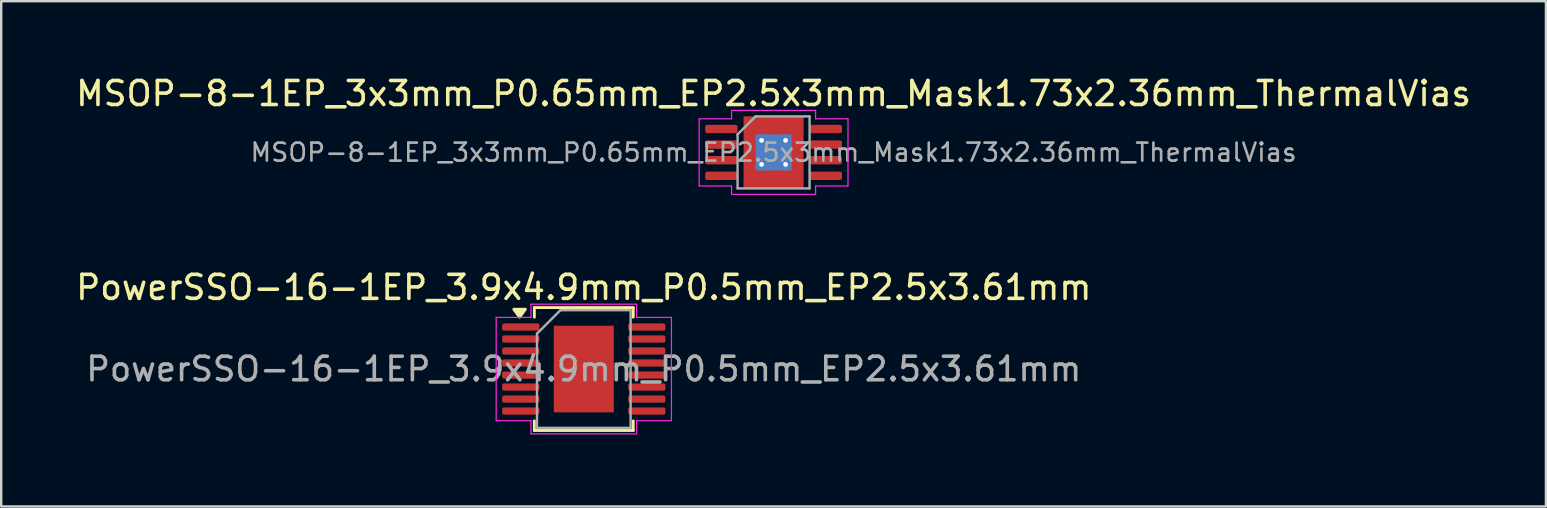
<source format=kicad_pcb>
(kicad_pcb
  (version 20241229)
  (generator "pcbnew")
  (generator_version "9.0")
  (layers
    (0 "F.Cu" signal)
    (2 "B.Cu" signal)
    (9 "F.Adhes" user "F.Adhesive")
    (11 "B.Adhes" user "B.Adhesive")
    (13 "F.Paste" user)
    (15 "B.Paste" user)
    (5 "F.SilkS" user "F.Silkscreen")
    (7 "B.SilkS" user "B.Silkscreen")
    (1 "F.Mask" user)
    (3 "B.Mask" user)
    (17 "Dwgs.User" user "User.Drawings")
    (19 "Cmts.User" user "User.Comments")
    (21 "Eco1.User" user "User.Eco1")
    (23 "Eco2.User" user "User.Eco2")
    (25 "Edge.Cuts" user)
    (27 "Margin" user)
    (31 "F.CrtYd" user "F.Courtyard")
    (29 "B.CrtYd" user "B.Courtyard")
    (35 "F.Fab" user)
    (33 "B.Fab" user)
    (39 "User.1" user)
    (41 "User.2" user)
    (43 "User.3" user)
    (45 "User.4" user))
  (footprint "MSOP-8-1EP_3x3mm_P0.65mm_EP2.5x3mm_Mask1.73x2.36mm_ThermalVias"
    (layer "F.Cu")
    (at 29.173 3.298)
    (property "Reference" "MSOP-8-1EP_3x3mm_P0.65mm_EP2.5x3mm_Mask1.73x2.36mm_ThermalVias" (at 0 -2.45 0) (layer "F.SilkS") (effects (font (size 1 1) (thickness 0.15))))
    (attr smd)
    (fp_line (start -3.1 -1.4) (end -1.75 -1.4) (stroke (width 0.05) (type solid)) (layer "F.CrtYd"))
    (fp_line (start -3.1 1.4) (end -3.1 -1.4) (stroke (width 0.05) (type solid)) (layer "F.CrtYd"))
    (fp_line (start -1.75 -1.75) (end 1.75 -1.75) (stroke (width 0.05) (type solid)) (layer "F.CrtYd"))
    (fp_line (start -1.75 -1.4) (end -1.75 -1.75) (stroke (width 0.05) (type solid)) (layer "F.CrtYd"))
    (fp_line (start -1.75 1.4) (end -3.1 1.4) (stroke (width 0.05) (type solid)) (layer "F.CrtYd"))
    (fp_line (start -1.75 1.75) (end -1.75 1.4) (stroke (width 0.05) (type solid)) (layer "F.CrtYd"))
    (fp_line (start 1.75 -1.75) (end 1.75 -1.4) (stroke (width 0.05) (type solid)) (layer "F.CrtYd"))
    (fp_line (start 1.75 -1.4) (end 3.1 -1.4) (stroke (width 0.05) (type solid)) (layer "F.CrtYd"))
    (fp_line (start 1.75 1.4) (end 1.75 1.75) (stroke (width 0.05) (type solid)) (layer "F.CrtYd"))
    (fp_line (start 1.75 1.75) (end -1.75 1.75) (stroke (width 0.05) (type solid)) (layer "F.CrtYd"))
    (fp_line (start 3.1 -1.4) (end 3.1 1.4) (stroke (width 0.05) (type solid)) (layer "F.CrtYd"))
    (fp_line (start 3.1 1.4) (end 1.75 1.4) (stroke (width 0.05) (type solid)) (layer "F.CrtYd"))
    (fp_line (start -1.5 -0.75) (end -0.75 -1.5) (stroke (width 0.1) (type solid)) (layer "F.Fab"))
    (fp_line (start -1.5 1.5) (end -1.5 -0.75) (stroke (width 0.1) (type solid)) (layer "F.Fab"))
    (fp_line (start -0.75 -1.5) (end 1.5 -1.5) (stroke (width 0.1) (type solid)) (layer "F.Fab"))
    (fp_line (start 1.5 -1.5) (end 1.5 1.5) (stroke (width 0.1) (type solid)) (layer "F.Fab"))
    (fp_line (start 1.5 1.5) (end -1.5 1.5) (stroke (width 0.1) (type solid)) (layer "F.Fab"))
    (fp_text user "${REFERENCE}" (at 0 0 0) (layer "F.Fab") (effects (font (size 0.75 0.75) (thickness 0.11))))
    (pad "" smd roundrect (at -0.43 -0.59) (size 0.72 0.99) (layers "F.Paste") (roundrect_rratio 0.25))
    (pad "" smd roundrect (at -0.43 0.59) (size 0.72 0.99) (layers "F.Paste") (roundrect_rratio 0.25))
    (pad "" smd rect (at 0 0) (size 1.73 2.36) (layers "F.Mask"))
    (pad "" smd roundrect (at 0.43 -0.59) (size 0.72 0.99) (layers "F.Paste") (roundrect_rratio 0.25))
    (pad "" smd roundrect (at 0.43 0.59) (size 0.72 0.99) (layers "F.Paste") (roundrect_rratio 0.25))
    (pad "1" smd roundrect (at -2.175 -0.975) (size 1.35 0.35) (layers "F.Cu" "F.Mask" "F.Paste") (roundrect_rratio 0.25))
    (pad "2" smd roundrect (at -2.175 -0.325) (size 1.35 0.35) (layers "F.Cu" "F.Mask" "F.Paste") (roundrect_rratio 0.25))
    (pad "3" smd roundrect (at -2.175 0.325) (size 1.35 0.35) (layers "F.Cu" "F.Mask" "F.Paste") (roundrect_rratio 0.25))
    (pad "4" smd roundrect (at -2.175 0.975) (size 1.35 0.35) (layers "F.Cu" "F.Mask" "F.Paste") (roundrect_rratio 0.25))
    (pad "5" smd roundrect (at 2.175 0.975) (size 1.35 0.35) (layers "F.Cu" "F.Mask" "F.Paste") (roundrect_rratio 0.25))
    (pad "6" smd roundrect (at 2.175 0.325) (size 1.35 0.35) (layers "F.Cu" "F.Mask" "F.Paste") (roundrect_rratio 0.25))
    (pad "7" smd roundrect (at 2.175 -0.325) (size 1.35 0.35) (layers "F.Cu" "F.Mask" "F.Paste") (roundrect_rratio 0.25))
    (pad "8" smd roundrect (at 2.175 -0.975) (size 1.35 0.35) (layers "F.Cu" "F.Mask" "F.Paste") (roundrect_rratio 0.25))
    (pad "9" thru_hole circle (at -0.5 -0.5) (size 0.5 0.5) (drill 0.2) (property pad_prop_heatsink) (layers "*.Cu"))
    (pad "9" thru_hole circle (at -0.5 0.5) (size 0.5 0.5) (drill 0.2) (property pad_prop_heatsink) (layers "*.Cu"))
    (pad "9" smd rect (at 0 0) (size 1.5 1.5) (property pad_prop_heatsink) (layers "B.Cu"))
    (pad "9" smd rect (at 0 0) (size 2.5 3) (property pad_prop_heatsink) (layers "F.Cu"))
    (pad "9" thru_hole circle (at 0.5 -0.5) (size 0.5 0.5) (drill 0.2) (property pad_prop_heatsink) (layers "*.Cu"))
    (pad "9" thru_hole circle (at 0.5 0.5) (size 0.5 0.5) (drill 0.2) (property pad_prop_heatsink) (layers "*.Cu")))
  (footprint "PowerSSO-16-1EP_3.9x4.9mm_P0.5mm_EP2.5x3.61mm"
    (layer "F.Cu")
    (at 21.268 12.322)
    (property "Reference" "PowerSSO-16-1EP_3.9x4.9mm_P0.5mm_EP2.5x3.61mm" (at 0 -3.4 0) (layer "F.SilkS") (effects (font (size 1 1) (thickness 0.15))))
    (attr smd)
    (fp_line (start -2.06 -2.56) (end -2.06 -2.16) (stroke (width 0.12) (type solid)) (layer "F.SilkS"))
    (fp_line (start -2.06 2.56) (end -2.06 2.16) (stroke (width 0.12) (type solid)) (layer "F.SilkS"))
    (fp_line (start 0 -2.56) (end -2.06 -2.56) (stroke (width 0.12) (type solid)) (layer "F.SilkS"))
    (fp_line (start 0 -2.56) (end 2.06 -2.56) (stroke (width 0.12) (type solid)) (layer "F.SilkS"))
    (fp_line (start 0 2.56) (end -2.06 2.56) (stroke (width 0.12) (type solid)) (layer "F.SilkS"))
    (fp_line (start 0 2.56) (end 2.06 2.56) (stroke (width 0.12) (type solid)) (layer "F.SilkS"))
    (fp_line (start 2.06 -2.56) (end 2.06 -2.16) (stroke (width 0.12) (type solid)) (layer "F.SilkS"))
    (fp_line (start 2.06 2.56) (end 2.06 2.16) (stroke (width 0.12) (type solid)) (layer "F.SilkS"))
    (fp_poly (pts (xy -2.675 -2.16) (xy -2.915 -2.49) (xy -2.435 -2.49)) (stroke (width 0.12) (type solid)) (fill yes) (layer "F.SilkS"))
    (fp_line (start -3.65 -2.15) (end -2.2 -2.15) (stroke (width 0.05) (type solid)) (layer "F.CrtYd"))
    (fp_line (start -3.65 2.15) (end -3.65 -2.15) (stroke (width 0.05) (type solid)) (layer "F.CrtYd"))
    (fp_line (start -2.2 -2.7) (end 2.2 -2.7) (stroke (width 0.05) (type solid)) (layer "F.CrtYd"))
    (fp_line (start -2.2 -2.15) (end -2.2 -2.7) (stroke (width 0.05) (type solid)) (layer "F.CrtYd"))
    (fp_line (start -2.2 2.15) (end -3.65 2.15) (stroke (width 0.05) (type solid)) (layer "F.CrtYd"))
    (fp_line (start -2.2 2.7) (end -2.2 2.15) (stroke (width 0.05) (type solid)) (layer "F.CrtYd"))
    (fp_line (start 2.2 -2.7) (end 2.2 -2.15) (stroke (width 0.05) (type solid)) (layer "F.CrtYd"))
    (fp_line (start 2.2 -2.15) (end 3.65 -2.15) (stroke (width 0.05) (type solid)) (layer "F.CrtYd"))
    (fp_line (start 2.2 2.15) (end 2.2 2.7) (stroke (width 0.05) (type solid)) (layer "F.CrtYd"))
    (fp_line (start 2.2 2.7) (end -2.2 2.7) (stroke (width 0.05) (type solid)) (layer "F.CrtYd"))
    (fp_line (start 3.65 -2.15) (end 3.65 2.15) (stroke (width 0.05) (type solid)) (layer "F.CrtYd"))
    (fp_line (start 3.65 2.15) (end 2.2 2.15) (stroke (width 0.05) (type solid)) (layer "F.CrtYd"))
    (fp_line (start -1.95 -1.475) (end -0.975 -2.45) (stroke (width 0.1) (type solid)) (layer "F.Fab"))
    (fp_line (start -1.95 2.45) (end -1.95 -1.475) (stroke (width 0.1) (type solid)) (layer "F.Fab"))
    (fp_line (start -0.975 -2.45) (end 1.95 -2.45) (stroke (width 0.1) (type solid)) (layer "F.Fab"))
    (fp_line (start 1.95 -2.45) (end 1.95 2.45) (stroke (width 0.1) (type solid)) (layer "F.Fab"))
    (fp_line (start 1.95 2.45) (end -1.95 2.45) (stroke (width 0.1) (type solid)) (layer "F.Fab"))
    (fp_text user "${REFERENCE}" (at 0 0 0) (layer "F.Fab") (effects (font (size 0.98 0.98) (thickness 0.15))))
    (pad "" smd roundrect (at 0 0) (size 2.02 2.91) (layers "F.Paste") (roundrect_rratio 0.124))
    (pad "1" smd roundrect (at -2.625 -1.75) (size 1.55 0.3) (layers "F.Cu" "F.Mask" "F.Paste") (roundrect_rratio 0.25))
    (pad "2" smd roundrect (at -2.625 -1.25) (size 1.55 0.3) (layers "F.Cu" "F.Mask" "F.Paste") (roundrect_rratio 0.25))
    (pad "3" smd roundrect (at -2.625 -0.75) (size 1.55 0.3) (layers "F.Cu" "F.Mask" "F.Paste") (roundrect_rratio 0.25))
    (pad "4" smd roundrect (at -2.625 -0.25) (size 1.55 0.3) (layers "F.Cu" "F.Mask" "F.Paste") (roundrect_rratio 0.25))
    (pad "5" smd roundrect (at -2.625 0.25) (size 1.55 0.3) (layers "F.Cu" "F.Mask" "F.Paste") (roundrect_rratio 0.25))
    (pad "6" smd roundrect (at -2.625 0.75) (size 1.55 0.3) (layers "F.Cu" "F.Mask" "F.Paste") (roundrect_rratio 0.25))
    (pad "7" smd roundrect (at -2.625 1.25) (size 1.55 0.3) (layers "F.Cu" "F.Mask" "F.Paste") (roundrect_rratio 0.25))
    (pad "8" smd roundrect (at -2.625 1.75) (size 1.55 0.3) (layers "F.Cu" "F.Mask" "F.Paste") (roundrect_rratio 0.25))
    (pad "9" smd roundrect (at 2.625 1.75) (size 1.55 0.3) (layers "F.Cu" "F.Mask" "F.Paste") (roundrect_rratio 0.25))
    (pad "10" smd roundrect (at 2.625 1.25) (size 1.55 0.3) (layers "F.Cu" "F.Mask" "F.Paste") (roundrect_rratio 0.25))
    (pad "11" smd roundrect (at 2.625 0.75) (size 1.55 0.3) (layers "F.Cu" "F.Mask" "F.Paste") (roundrect_rratio 0.25))
    (pad "12" smd roundrect (at 2.625 0.25) (size 1.55 0.3) (layers "F.Cu" "F.Mask" "F.Paste") (roundrect_rratio 0.25))
    (pad "13" smd roundrect (at 2.625 -0.25) (size 1.55 0.3) (layers "F.Cu" "F.Mask" "F.Paste") (roundrect_rratio 0.25))
    (pad "14" smd roundrect (at 2.625 -0.75) (size 1.55 0.3) (layers "F.Cu" "F.Mask" "F.Paste") (roundrect_rratio 0.25))
    (pad "15" smd roundrect (at 2.625 -1.25) (size 1.55 0.3) (layers "F.Cu" "F.Mask" "F.Paste") (roundrect_rratio 0.25))
    (pad "16" smd roundrect (at 2.625 -1.75) (size 1.55 0.3) (layers "F.Cu" "F.Mask" "F.Paste") (roundrect_rratio 0.25))
    (pad "17" smd rect (at 0 0) (size 2.5 3.61) (property pad_prop_heatsink) (layers "F.Cu" "F.Mask")))
  (gr_rect
    (start -3 -3)
    (end 61.345 18.047)
    (stroke (width 0.1) (type default))
    (fill no)
    (layer "Edge.Cuts")))
</source>
